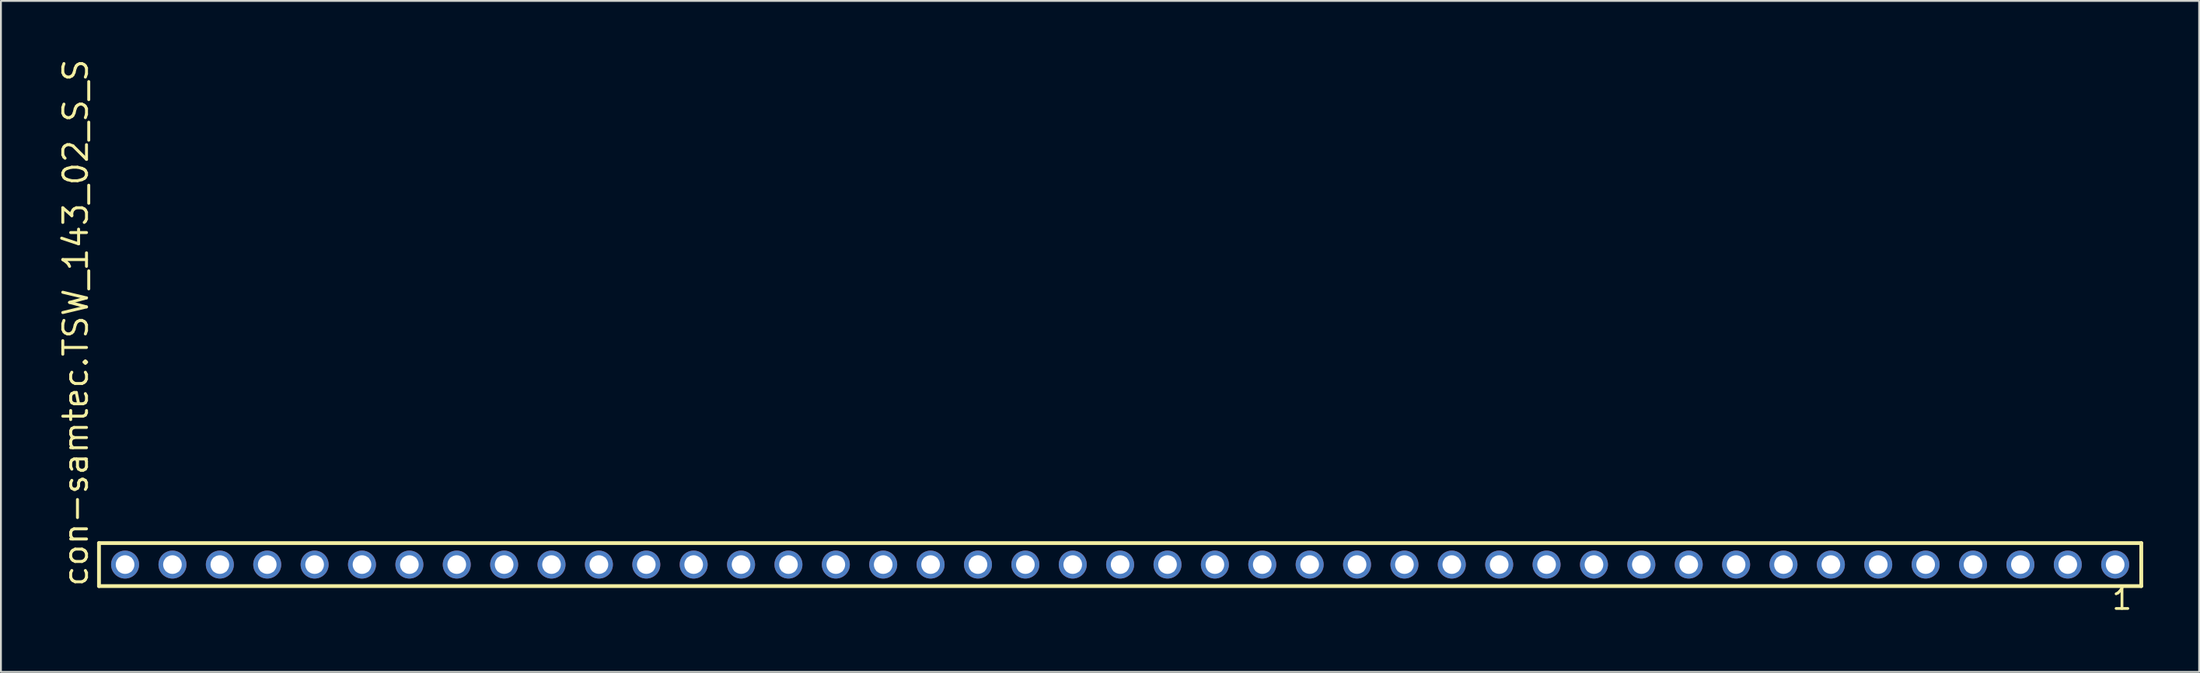
<source format=kicad_pcb>
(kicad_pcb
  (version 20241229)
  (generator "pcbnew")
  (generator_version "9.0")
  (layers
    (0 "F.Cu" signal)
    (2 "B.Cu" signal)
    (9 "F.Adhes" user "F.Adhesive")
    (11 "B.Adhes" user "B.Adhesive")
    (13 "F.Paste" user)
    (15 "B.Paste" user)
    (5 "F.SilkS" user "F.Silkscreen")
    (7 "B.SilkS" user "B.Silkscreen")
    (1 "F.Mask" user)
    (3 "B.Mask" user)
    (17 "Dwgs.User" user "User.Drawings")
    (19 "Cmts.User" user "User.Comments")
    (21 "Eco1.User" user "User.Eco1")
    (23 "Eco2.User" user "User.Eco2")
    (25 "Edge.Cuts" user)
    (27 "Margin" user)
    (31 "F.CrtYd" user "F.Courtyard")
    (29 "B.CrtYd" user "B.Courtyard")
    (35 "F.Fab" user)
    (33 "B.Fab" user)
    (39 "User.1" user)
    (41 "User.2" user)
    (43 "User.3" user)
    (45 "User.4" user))
  (footprint "con-samtec.TSW_143_02_S_S"
    (layer "F.Cu")
    (at 56.995 27.259)
    (property "Reference" "con-samtec.TSW_143_02_S_S" (at -55.245 1.27 90) (layer "F.SilkS") (effects (font (size 1.27 1.27) (thickness 0.16)) (justify left bottom)))
    (attr through_hole)
    (fp_line (start -54.739 -1.155) (end 54.739 -1.155) (stroke (width 0.203) (type default)) (layer "F.SilkS"))
    (fp_line (start -54.739 1.155) (end -54.739 -1.155) (stroke (width 0.203) (type default)) (layer "F.SilkS"))
    (fp_line (start 54.739 -1.155) (end 54.739 1.155) (stroke (width 0.203) (type default)) (layer "F.SilkS"))
    (fp_line (start 54.739 1.155) (end -54.739 1.155) (stroke (width 0.203) (type default)) (layer "F.SilkS"))
    (fp_rect (start -53.69 0.35) (end -52.99 -0.35) (stroke (width 0.05) (type default)) (fill no) (layer "F.Fab"))
    (fp_rect (start -51.15 0.35) (end -50.45 -0.35) (stroke (width 0.05) (type default)) (fill no) (layer "F.Fab"))
    (fp_rect (start -48.61 0.35) (end -47.91 -0.35) (stroke (width 0.05) (type default)) (fill no) (layer "F.Fab"))
    (fp_rect (start -46.07 0.35) (end -45.37 -0.35) (stroke (width 0.05) (type default)) (fill no) (layer "F.Fab"))
    (fp_rect (start -43.53 0.35) (end -42.83 -0.35) (stroke (width 0.05) (type default)) (fill no) (layer "F.Fab"))
    (fp_rect (start -40.99 0.35) (end -40.29 -0.35) (stroke (width 0.05) (type default)) (fill no) (layer "F.Fab"))
    (fp_rect (start -38.45 0.35) (end -37.75 -0.35) (stroke (width 0.05) (type default)) (fill no) (layer "F.Fab"))
    (fp_rect (start -35.91 0.35) (end -35.21 -0.35) (stroke (width 0.05) (type default)) (fill no) (layer "F.Fab"))
    (fp_rect (start -33.37 0.35) (end -32.67 -0.35) (stroke (width 0.05) (type default)) (fill no) (layer "F.Fab"))
    (fp_rect (start -30.83 0.35) (end -30.13 -0.35) (stroke (width 0.05) (type default)) (fill no) (layer "F.Fab"))
    (fp_rect (start -28.29 0.35) (end -27.59 -0.35) (stroke (width 0.05) (type default)) (fill no) (layer "F.Fab"))
    (fp_rect (start -25.75 0.35) (end -25.05 -0.35) (stroke (width 0.05) (type default)) (fill no) (layer "F.Fab"))
    (fp_rect (start -23.21 0.35) (end -22.51 -0.35) (stroke (width 0.05) (type default)) (fill no) (layer "F.Fab"))
    (fp_rect (start -20.67 0.35) (end -19.97 -0.35) (stroke (width 0.05) (type default)) (fill no) (layer "F.Fab"))
    (fp_rect (start -18.13 0.35) (end -17.43 -0.35) (stroke (width 0.05) (type default)) (fill no) (layer "F.Fab"))
    (fp_rect (start -15.59 0.35) (end -14.89 -0.35) (stroke (width 0.05) (type default)) (fill no) (layer "F.Fab"))
    (fp_rect (start -13.05 0.35) (end -12.35 -0.35) (stroke (width 0.05) (type default)) (fill no) (layer "F.Fab"))
    (fp_rect (start -10.51 0.35) (end -9.81 -0.35) (stroke (width 0.05) (type default)) (fill no) (layer "F.Fab"))
    (fp_rect (start -7.97 0.35) (end -7.27 -0.35) (stroke (width 0.05) (type default)) (fill no) (layer "F.Fab"))
    (fp_rect (start -5.43 0.35) (end -4.73 -0.35) (stroke (width 0.05) (type default)) (fill no) (layer "F.Fab"))
    (fp_rect (start -2.89 0.35) (end -2.19 -0.35) (stroke (width 0.05) (type default)) (fill no) (layer "F.Fab"))
    (fp_rect (start -0.35 0.35) (end 0.35 -0.35) (stroke (width 0.05) (type default)) (fill no) (layer "F.Fab"))
    (fp_rect (start 2.19 0.35) (end 2.89 -0.35) (stroke (width 0.05) (type default)) (fill no) (layer "F.Fab"))
    (fp_rect (start 4.73 0.35) (end 5.43 -0.35) (stroke (width 0.05) (type default)) (fill no) (layer "F.Fab"))
    (fp_rect (start 7.27 0.35) (end 7.97 -0.35) (stroke (width 0.05) (type default)) (fill no) (layer "F.Fab"))
    (fp_rect (start 9.81 0.35) (end 10.51 -0.35) (stroke (width 0.05) (type default)) (fill no) (layer "F.Fab"))
    (fp_rect (start 12.35 0.35) (end 13.05 -0.35) (stroke (width 0.05) (type default)) (fill no) (layer "F.Fab"))
    (fp_rect (start 14.89 0.35) (end 15.59 -0.35) (stroke (width 0.05) (type default)) (fill no) (layer "F.Fab"))
    (fp_rect (start 17.43 0.35) (end 18.13 -0.35) (stroke (width 0.05) (type default)) (fill no) (layer "F.Fab"))
    (fp_rect (start 19.97 0.35) (end 20.67 -0.35) (stroke (width 0.05) (type default)) (fill no) (layer "F.Fab"))
    (fp_rect (start 22.51 0.35) (end 23.21 -0.35) (stroke (width 0.05) (type default)) (fill no) (layer "F.Fab"))
    (fp_rect (start 25.05 0.35) (end 25.75 -0.35) (stroke (width 0.05) (type default)) (fill no) (layer "F.Fab"))
    (fp_rect (start 27.59 0.35) (end 28.29 -0.35) (stroke (width 0.05) (type default)) (fill no) (layer "F.Fab"))
    (fp_rect (start 30.13 0.35) (end 30.83 -0.35) (stroke (width 0.05) (type default)) (fill no) (layer "F.Fab"))
    (fp_rect (start 32.67 0.35) (end 33.37 -0.35) (stroke (width 0.05) (type default)) (fill no) (layer "F.Fab"))
    (fp_rect (start 35.21 0.35) (end 35.91 -0.35) (stroke (width 0.05) (type default)) (fill no) (layer "F.Fab"))
    (fp_rect (start 37.75 0.35) (end 38.45 -0.35) (stroke (width 0.05) (type default)) (fill no) (layer "F.Fab"))
    (fp_rect (start 40.29 0.35) (end 40.99 -0.35) (stroke (width 0.05) (type default)) (fill no) (layer "F.Fab"))
    (fp_rect (start 42.83 0.35) (end 43.53 -0.35) (stroke (width 0.05) (type default)) (fill no) (layer "F.Fab"))
    (fp_rect (start 45.37 0.35) (end 46.07 -0.35) (stroke (width 0.05) (type default)) (fill no) (layer "F.Fab"))
    (fp_rect (start 47.91 0.35) (end 48.61 -0.35) (stroke (width 0.05) (type default)) (fill no) (layer "F.Fab"))
    (fp_rect (start 50.45 0.35) (end 51.15 -0.35) (stroke (width 0.05) (type default)) (fill no) (layer "F.Fab"))
    (fp_rect (start 52.99 0.35) (end 53.69 -0.35) (stroke (width 0.05) (type default)) (fill no) (layer "F.Fab"))
    (fp_text user "1" (at 53.082 2.498 0) (layer "F.SilkS") (effects (font (size 1.1 1.1) (thickness 0.15)) (justify left bottom)))
    (pad "1" thru_hole circle (at 53.34 0 180) (size 1.5 1.5) (drill 1) (layers "*.Cu" "*.Mask"))
    (pad "2" thru_hole circle (at 50.8 0 180) (size 1.5 1.5) (drill 1) (layers "*.Cu" "*.Mask"))
    (pad "3" thru_hole circle (at 48.26 0 180) (size 1.5 1.5) (drill 1) (layers "*.Cu" "*.Mask"))
    (pad "4" thru_hole circle (at 45.72 0 180) (size 1.5 1.5) (drill 1) (layers "*.Cu" "*.Mask"))
    (pad "5" thru_hole circle (at 43.18 0 180) (size 1.5 1.5) (drill 1) (layers "*.Cu" "*.Mask"))
    (pad "6" thru_hole circle (at 40.64 0 180) (size 1.5 1.5) (drill 1) (layers "*.Cu" "*.Mask"))
    (pad "7" thru_hole circle (at 38.1 0 180) (size 1.5 1.5) (drill 1) (layers "*.Cu" "*.Mask"))
    (pad "8" thru_hole circle (at 35.56 0 180) (size 1.5 1.5) (drill 1) (layers "*.Cu" "*.Mask"))
    (pad "9" thru_hole circle (at 33.02 0 180) (size 1.5 1.5) (drill 1) (layers "*.Cu" "*.Mask"))
    (pad "10" thru_hole circle (at 30.48 0 180) (size 1.5 1.5) (drill 1) (layers "*.Cu" "*.Mask"))
    (pad "11" thru_hole circle (at 27.94 0 180) (size 1.5 1.5) (drill 1) (layers "*.Cu" "*.Mask"))
    (pad "12" thru_hole circle (at 25.4 0 180) (size 1.5 1.5) (drill 1) (layers "*.Cu" "*.Mask"))
    (pad "13" thru_hole circle (at 22.86 0 180) (size 1.5 1.5) (drill 1) (layers "*.Cu" "*.Mask"))
    (pad "14" thru_hole circle (at 20.32 0 180) (size 1.5 1.5) (drill 1) (layers "*.Cu" "*.Mask"))
    (pad "15" thru_hole circle (at 17.78 0 180) (size 1.5 1.5) (drill 1) (layers "*.Cu" "*.Mask"))
    (pad "16" thru_hole circle (at 15.24 0 180) (size 1.5 1.5) (drill 1) (layers "*.Cu" "*.Mask"))
    (pad "17" thru_hole circle (at 12.7 0 180) (size 1.5 1.5) (drill 1) (layers "*.Cu" "*.Mask"))
    (pad "18" thru_hole circle (at 10.16 0 180) (size 1.5 1.5) (drill 1) (layers "*.Cu" "*.Mask"))
    (pad "19" thru_hole circle (at 7.62 0 180) (size 1.5 1.5) (drill 1) (layers "*.Cu" "*.Mask"))
    (pad "20" thru_hole circle (at 5.08 0 180) (size 1.5 1.5) (drill 1) (layers "*.Cu" "*.Mask"))
    (pad "21" thru_hole circle (at 2.54 0 180) (size 1.5 1.5) (drill 1) (layers "*.Cu" "*.Mask"))
    (pad "22" thru_hole circle (at 0 0 180) (size 1.5 1.5) (drill 1) (layers "*.Cu" "*.Mask"))
    (pad "23" thru_hole circle (at -2.54 0 180) (size 1.5 1.5) (drill 1) (layers "*.Cu" "*.Mask"))
    (pad "24" thru_hole circle (at -5.08 0 180) (size 1.5 1.5) (drill 1) (layers "*.Cu" "*.Mask"))
    (pad "25" thru_hole circle (at -7.62 0 180) (size 1.5 1.5) (drill 1) (layers "*.Cu" "*.Mask"))
    (pad "26" thru_hole circle (at -10.16 0 180) (size 1.5 1.5) (drill 1) (layers "*.Cu" "*.Mask"))
    (pad "27" thru_hole circle (at -12.7 0 180) (size 1.5 1.5) (drill 1) (layers "*.Cu" "*.Mask"))
    (pad "28" thru_hole circle (at -15.24 0 180) (size 1.5 1.5) (drill 1) (layers "*.Cu" "*.Mask"))
    (pad "29" thru_hole circle (at -17.78 0 180) (size 1.5 1.5) (drill 1) (layers "*.Cu" "*.Mask"))
    (pad "30" thru_hole circle (at -20.32 0 180) (size 1.5 1.5) (drill 1) (layers "*.Cu" "*.Mask"))
    (pad "31" thru_hole circle (at -22.86 0 180) (size 1.5 1.5) (drill 1) (layers "*.Cu" "*.Mask"))
    (pad "32" thru_hole circle (at -25.4 0 180) (size 1.5 1.5) (drill 1) (layers "*.Cu" "*.Mask"))
    (pad "33" thru_hole circle (at -27.94 0 180) (size 1.5 1.5) (drill 1) (layers "*.Cu" "*.Mask"))
    (pad "34" thru_hole circle (at -30.48 0 180) (size 1.5 1.5) (drill 1) (layers "*.Cu" "*.Mask"))
    (pad "35" thru_hole circle (at -33.02 0 180) (size 1.5 1.5) (drill 1) (layers "*.Cu" "*.Mask"))
    (pad "36" thru_hole circle (at -35.56 0 180) (size 1.5 1.5) (drill 1) (layers "*.Cu" "*.Mask"))
    (pad "37" thru_hole circle (at -38.1 0 180) (size 1.5 1.5) (drill 1) (layers "*.Cu" "*.Mask"))
    (pad "38" thru_hole circle (at -40.64 0 180) (size 1.5 1.5) (drill 1) (layers "*.Cu" "*.Mask"))
    (pad "39" thru_hole circle (at -43.18 0 180) (size 1.5 1.5) (drill 1) (layers "*.Cu" "*.Mask"))
    (pad "40" thru_hole circle (at -45.72 0 180) (size 1.5 1.5) (drill 1) (layers "*.Cu" "*.Mask"))
    (pad "41" thru_hole circle (at -48.26 0 180) (size 1.5 1.5) (drill 1) (layers "*.Cu" "*.Mask"))
    (pad "42" thru_hole circle (at -50.8 0 180) (size 1.5 1.5) (drill 1) (layers "*.Cu" "*.Mask"))
    (pad "43" thru_hole circle (at -53.34 0 180) (size 1.5 1.5) (drill 1) (layers "*.Cu" "*.Mask")))
  (gr_rect
    (start -3 -3)
    (end 114.836 33.02)
    (stroke (width 0.1) (type default))
    (fill no)
    (layer "Edge.Cuts")))
</source>
